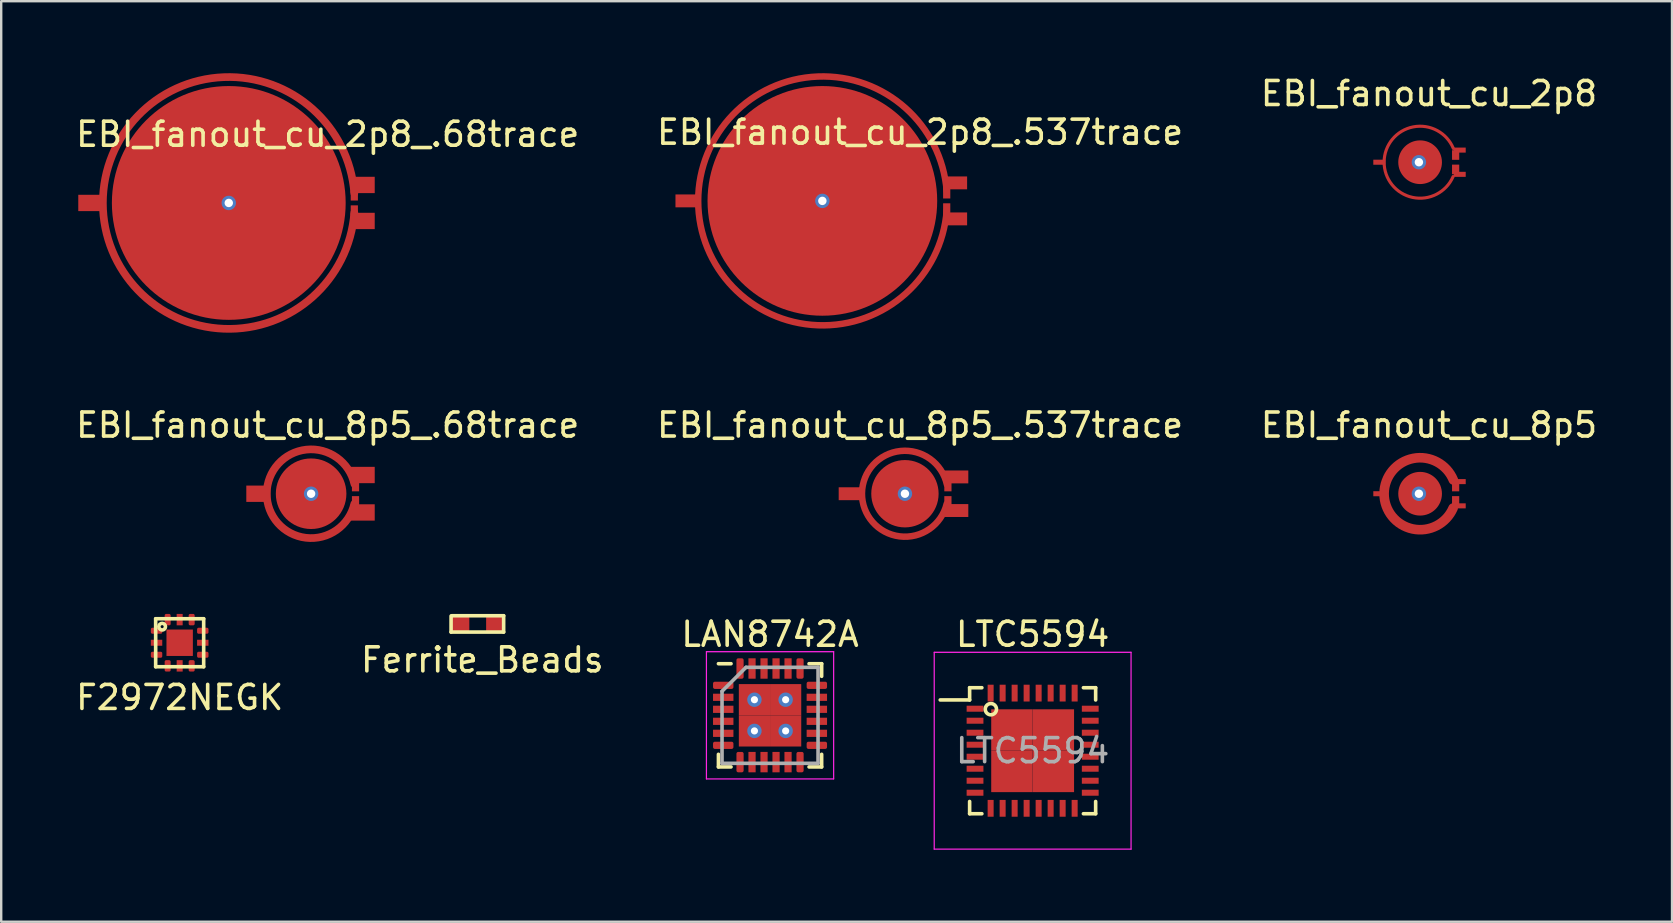
<source format=kicad_pcb>
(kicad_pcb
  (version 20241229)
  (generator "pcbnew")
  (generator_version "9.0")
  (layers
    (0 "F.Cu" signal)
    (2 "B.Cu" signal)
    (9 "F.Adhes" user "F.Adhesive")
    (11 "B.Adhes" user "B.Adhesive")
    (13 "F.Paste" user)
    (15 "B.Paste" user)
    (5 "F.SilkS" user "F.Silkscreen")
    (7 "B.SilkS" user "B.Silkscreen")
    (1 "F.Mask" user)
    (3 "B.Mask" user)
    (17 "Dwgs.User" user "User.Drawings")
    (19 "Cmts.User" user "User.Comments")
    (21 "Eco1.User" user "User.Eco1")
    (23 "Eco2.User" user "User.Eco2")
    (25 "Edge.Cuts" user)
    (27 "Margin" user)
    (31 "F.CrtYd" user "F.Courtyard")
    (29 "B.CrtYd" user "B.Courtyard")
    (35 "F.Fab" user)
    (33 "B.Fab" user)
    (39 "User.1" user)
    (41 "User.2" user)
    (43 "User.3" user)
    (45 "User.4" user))
  (footprint "EBI_fanout_cu_2p8_.68trace"
    (layer "F.Cu")
    (at 11.711 5.405)
    (property "Reference" "EBI_fanout_cu_2p8_.68trace" (at -1.11 -2.86 0) (layer "F.SilkS") (effects (font (size 1 1) (thickness 0.15))))
    (attr through_hole)
    (fp_arc (start 0 0.4) (mid -10.475274 0.00242) (end -0.000371 -0.404825) (stroke (width 0.32) (type solid)) (layer "F.Cu"))
    (pad "1" smd rect (at -11 0) (size 1 0.68) (layers "F.Cu"))
    (pad "2" smd rect (at 0 -0.3) (size 0.3 0.4) (layers "F.Cu" "F.Mask" "F.Paste"))
    (pad "2" smd rect (at 0.35 -0.75) (size 1 0.68) (layers "F.Cu"))
    (pad "3" thru_hole circle (at -5.23 0) (size 0.6 0.6) (drill 0.35) (layers "*.Cu" "*.Mask"))
    (pad "3" smd circle (at -5.23 0) (size 9.74 9.74) (layers "F.Cu"))
    (pad "4" smd rect (at 0 0.3) (size 0.3 0.4) (layers "F.Cu" "F.Mask" "F.Paste"))
    (pad "4" smd rect (at 0.35 0.75) (size 1 0.68) (layers "F.Cu")))
  (footprint "Ferrite_Beads"
    (layer "F.Cu")
    (at 16.852 22.942)
    (property "Reference" "Ferrite_Beads" (at 0.19 1.5 0) (layer "F.SilkS") (effects (font (size 1 1) (thickness 0.15))))
    (attr through_hole)
    (fp_line (start -1.11 -0.33) (end -1.11 0.34) (stroke (width 0.15) (type solid)) (layer "F.SilkS"))
    (fp_line (start -1.11 0.34) (end 1.08 0.34) (stroke (width 0.15) (type solid)) (layer "F.SilkS"))
    (fp_line (start 1.08 -0.34) (end -1.08 -0.34) (stroke (width 0.15) (type solid)) (layer "F.SilkS"))
    (fp_line (start 1.08 0.34) (end 1.08 -0.34) (stroke (width 0.15) (type solid)) (layer "F.SilkS"))
    (pad "" smd rect (at -0.725 0) (size 0.75 0.7) (layers "F.Cu" "F.Mask" "F.Paste"))
    (pad "" smd rect (at 0.725 0) (size 0.75 0.7) (layers "F.Cu" "F.Mask" "F.Paste")))
  (footprint "EBI_fanout_cu_8p5_.537trace"
    (layer "F.Cu")
    (at 36.44 17.519)
    (property "Reference" "EBI_fanout_cu_8p5_.537trace" (at -1.16 -2.86 0) (layer "F.SilkS") (effects (font (size 1 1) (thickness 0.15))))
    (attr through_hole)
    (fp_arc (start -0.05 0.42) (mid -3.579867 -0.019382) (end -0.041313 -0.382221) (stroke (width 0.27) (type solid)) (layer "F.Cu"))
    (pad "1" smd rect (at -4.05 0) (size 1 0.537) (layers "F.Cu"))
    (pad "2" smd rect (at 0 -0.3) (size 0.3 0.4) (layers "F.Cu" "F.Mask" "F.Paste"))
    (pad "2" smd rect (at 0.35 -0.7) (size 1 0.537) (layers "F.Cu"))
    (pad "3" thru_hole circle (at -1.79 0) (size 0.6 0.6) (drill 0.35) (layers "*.Cu" "*.Mask"))
    (pad "3" smd circle (at -1.79 0) (size 2.806 2.806) (layers "F.Cu"))
    (pad "4" smd rect (at 0 0.3) (size 0.3 0.4) (layers "F.Cu" "F.Mask" "F.Paste"))
    (pad "4" smd rect (at 0.35 0.7) (size 1 0.537) (layers "F.Cu")))
  (footprint "EBI_fanout_cu_8p5_.68trace"
    (layer "F.Cu")
    (at 11.761 17.519)
    (property "Reference" "EBI_fanout_cu_8p5_.68trace" (at -1.16 -2.86 0) (layer "F.SilkS") (effects (font (size 1 1) (thickness 0.15))))
    (attr through_hole)
    (fp_arc (start -0.05 0.42) (mid -3.698328 -0.009162) (end -0.045925 -0.402134) (stroke (width 0.32) (type solid)) (layer "F.Cu"))
    (pad "1" smd rect (at -4.05 0) (size 1 0.68) (layers "F.Cu"))
    (pad "2" smd rect (at 0 -0.3) (size 0.3 0.4) (layers "F.Cu" "F.Mask" "F.Paste"))
    (pad "2" smd rect (at 0.3 -0.78) (size 1 0.68) (layers "F.Cu"))
    (pad "3" thru_hole circle (at -1.85 0) (size 0.6 0.6) (drill 0.35) (layers "*.Cu" "*.Mask"))
    (pad "3" smd circle (at -1.85 0) (size 2.94 2.94) (layers "F.Cu"))
    (pad "4" smd rect (at 0 0.3) (size 0.3 0.4) (layers "F.Cu" "F.Mask" "F.Paste"))
    (pad "4" smd rect (at 0.3 0.78) (size 1 0.68) (layers "F.Cu")))
  (footprint "LTC5594"
    (layer "F.Cu")
    (at 39.97 28.225)
    (property "Reference" "LTC5594" (at 0 -4.85 0) (layer "F.SilkS") (effects (font (size 1 1) (thickness 0.15))))
    (attr smd)
    (fp_line (start -2.625 -2.625) (end -2.625 -2.115) (stroke (width 0.15) (type solid)) (layer "F.SilkS"))
    (fp_line (start -2.625 -2.625) (end -2.115 -2.625) (stroke (width 0.15) (type solid)) (layer "F.SilkS"))
    (fp_line (start -2.625 -2.115) (end -3.85 -2.115) (stroke (width 0.15) (type solid)) (layer "F.SilkS"))
    (fp_line (start -2.625 2.625) (end -2.625 2.115) (stroke (width 0.15) (type solid)) (layer "F.SilkS"))
    (fp_line (start -2.625 2.625) (end -2.115 2.625) (stroke (width 0.15) (type solid)) (layer "F.SilkS"))
    (fp_line (start 2.625 -2.625) (end 2.115 -2.625) (stroke (width 0.15) (type solid)) (layer "F.SilkS"))
    (fp_line (start 2.625 -2.625) (end 2.625 -2.115) (stroke (width 0.15) (type solid)) (layer "F.SilkS"))
    (fp_line (start 2.625 2.625) (end 2.115 2.625) (stroke (width 0.15) (type solid)) (layer "F.SilkS"))
    (fp_line (start 2.625 2.625) (end 2.625 2.115) (stroke (width 0.15) (type solid)) (layer "F.SilkS"))
    (fp_circle (center -1.74 -1.73) (end -1.59 -1.55) (stroke (width 0.15) (type solid)) (fill no) (layer "F.SilkS"))
    (fp_line (start -4.1 -4.1) (end -4.1 4.1) (stroke (width 0.05) (type solid)) (layer "F.CrtYd"))
    (fp_line (start -4.1 -4.1) (end 4.1 -4.1) (stroke (width 0.05) (type solid)) (layer "F.CrtYd"))
    (fp_line (start -4.1 4.1) (end 4.1 4.1) (stroke (width 0.05) (type solid)) (layer "F.CrtYd"))
    (fp_line (start 4.1 -4.1) (end 4.1 4.1) (stroke (width 0.05) (type solid)) (layer "F.CrtYd"))
    (fp_text user "${REFERENCE}" (at 0 0 0) (layer "F.Fab") (effects (font (size 1 1) (thickness 0.15))))
    (pad "1" smd rect (at -2.4 -1.75) (size 0.7 0.25) (layers "F.Cu" "F.Mask" "F.Paste"))
    (pad "2" smd rect (at -2.4 -1.25) (size 0.7 0.25) (layers "F.Cu" "F.Mask" "F.Paste"))
    (pad "3" smd rect (at -2.4 -0.75) (size 0.7 0.25) (layers "F.Cu" "F.Mask" "F.Paste"))
    (pad "4" smd rect (at -2.4 -0.25) (size 0.7 0.25) (layers "F.Cu" "F.Mask" "F.Paste"))
    (pad "5" smd rect (at -2.4 0.25) (size 0.7 0.25) (layers "F.Cu" "F.Mask" "F.Paste"))
    (pad "6" smd rect (at -2.4 0.75) (size 0.7 0.25) (layers "F.Cu" "F.Mask" "F.Paste"))
    (pad "7" smd rect (at -2.4 1.25) (size 0.7 0.25) (layers "F.Cu" "F.Mask" "F.Paste"))
    (pad "8" smd rect (at -2.4 1.75) (size 0.7 0.25) (layers "F.Cu" "F.Mask" "F.Paste"))
    (pad "9" smd rect (at -1.75 2.4 90) (size 0.7 0.25) (layers "F.Cu" "F.Mask" "F.Paste"))
    (pad "10" smd rect (at -1.25 2.4 90) (size 0.7 0.25) (layers "F.Cu" "F.Mask" "F.Paste"))
    (pad "11" smd rect (at -0.75 2.4 90) (size 0.7 0.25) (layers "F.Cu" "F.Mask" "F.Paste"))
    (pad "12" smd rect (at -0.25 2.4 90) (size 0.7 0.25) (layers "F.Cu" "F.Mask" "F.Paste"))
    (pad "13" smd rect (at 0.25 2.4 90) (size 0.7 0.25) (layers "F.Cu" "F.Mask" "F.Paste"))
    (pad "14" smd rect (at 0.75 2.4 90) (size 0.7 0.25) (layers "F.Cu" "F.Mask" "F.Paste"))
    (pad "15" smd rect (at 1.25 2.4 90) (size 0.7 0.25) (layers "F.Cu" "F.Mask" "F.Paste"))
    (pad "16" smd rect (at 1.75 2.4 90) (size 0.7 0.25) (layers "F.Cu" "F.Mask" "F.Paste"))
    (pad "17" smd rect (at 2.4 1.75) (size 0.7 0.25) (layers "F.Cu" "F.Mask" "F.Paste"))
    (pad "18" smd rect (at 2.4 1.25) (size 0.7 0.25) (layers "F.Cu" "F.Mask" "F.Paste"))
    (pad "19" smd rect (at 2.4 0.75) (size 0.7 0.25) (layers "F.Cu" "F.Mask" "F.Paste"))
    (pad "20" smd rect (at 2.4 0.25) (size 0.7 0.25) (layers "F.Cu" "F.Mask" "F.Paste"))
    (pad "21" smd rect (at 2.4 -0.25) (size 0.7 0.25) (layers "F.Cu" "F.Mask" "F.Paste"))
    (pad "22" smd rect (at 2.4 -0.75) (size 0.7 0.25) (layers "F.Cu" "F.Mask" "F.Paste"))
    (pad "23" smd rect (at 2.4 -1.25) (size 0.7 0.25) (layers "F.Cu" "F.Mask" "F.Paste"))
    (pad "24" smd rect (at 2.4 -1.75) (size 0.7 0.25) (layers "F.Cu" "F.Mask" "F.Paste"))
    (pad "25" smd rect (at 1.75 -2.4 90) (size 0.7 0.25) (layers "F.Cu" "F.Mask" "F.Paste"))
    (pad "26" smd rect (at 1.25 -2.4 90) (size 0.7 0.25) (layers "F.Cu" "F.Mask" "F.Paste"))
    (pad "27" smd rect (at 0.75 -2.4 90) (size 0.7 0.25) (layers "F.Cu" "F.Mask" "F.Paste"))
    (pad "28" smd rect (at 0.25 -2.4 90) (size 0.7 0.25) (layers "F.Cu" "F.Mask" "F.Paste"))
    (pad "29" smd rect (at -0.25 -2.4 90) (size 0.7 0.25) (layers "F.Cu" "F.Mask" "F.Paste"))
    (pad "30" smd rect (at -0.75 -2.4 90) (size 0.7 0.25) (layers "F.Cu" "F.Mask" "F.Paste"))
    (pad "31" smd rect (at -1.25 -2.4 90) (size 0.7 0.25) (layers "F.Cu" "F.Mask" "F.Paste"))
    (pad "32" smd rect (at -1.75 -2.4 90) (size 0.7 0.25) (layers "F.Cu" "F.Mask" "F.Paste"))
    (pad "33" smd rect (at -0.863 -0.863) (size 1.725 1.725) (layers "F.Cu" "F.Mask" "F.Paste"))
    (pad "33" smd rect (at -0.863 0.863) (size 1.725 1.725) (layers "F.Cu" "F.Mask" "F.Paste"))
    (pad "33" smd rect (at 0.863 -0.863) (size 1.725 1.725) (layers "F.Cu" "F.Mask" "F.Paste"))
    (pad "33" smd rect (at 0.863 0.863) (size 1.725 1.725) (layers "F.Cu" "F.Mask" "F.Paste")))
  (footprint "LAN8742A"
    (layer "F.Cu")
    (at 29.03 26.75)
    (property "Reference" "LAN8742A" (at 0 -3.375 0) (layer "F.SilkS") (effects (font (size 1 1) (thickness 0.15))))
    (attr smd)
    (fp_line (start -2.15 -2.15) (end -1.625 -2.15) (stroke (width 0.15) (type solid)) (layer "F.SilkS"))
    (fp_line (start -2.15 2.15) (end -2.15 1.625) (stroke (width 0.15) (type solid)) (layer "F.SilkS"))
    (fp_line (start -2.15 2.15) (end -1.625 2.15) (stroke (width 0.15) (type solid)) (layer "F.SilkS"))
    (fp_line (start 2.15 -2.15) (end 1.625 -2.15) (stroke (width 0.15) (type solid)) (layer "F.SilkS"))
    (fp_line (start 2.15 -2.15) (end 2.15 -1.625) (stroke (width 0.15) (type solid)) (layer "F.SilkS"))
    (fp_line (start 2.15 2.15) (end 1.625 2.15) (stroke (width 0.15) (type solid)) (layer "F.SilkS"))
    (fp_line (start 2.15 2.15) (end 2.15 1.625) (stroke (width 0.15) (type solid)) (layer "F.SilkS"))
    (fp_line (start -2.65 -2.65) (end -2.65 2.65) (stroke (width 0.05) (type solid)) (layer "F.CrtYd"))
    (fp_line (start -2.65 -2.65) (end 2.65 -2.65) (stroke (width 0.05) (type solid)) (layer "F.CrtYd"))
    (fp_line (start -2.65 2.65) (end 2.65 2.65) (stroke (width 0.05) (type solid)) (layer "F.CrtYd"))
    (fp_line (start 2.65 -2.65) (end 2.65 2.65) (stroke (width 0.05) (type solid)) (layer "F.CrtYd"))
    (fp_line (start -2 -1) (end -1 -2) (stroke (width 0.15) (type solid)) (layer "F.Fab"))
    (fp_line (start -2 2) (end -2 -1) (stroke (width 0.15) (type solid)) (layer "F.Fab"))
    (fp_line (start -1 -2) (end 2 -2) (stroke (width 0.15) (type solid)) (layer "F.Fab"))
    (fp_line (start 2 -2) (end 2 2) (stroke (width 0.15) (type solid)) (layer "F.Fab"))
    (fp_line (start 2 2) (end -2 2) (stroke (width 0.15) (type solid)) (layer "F.Fab"))
    (pad "1" smd roundrect (at -1.95 -1.25) (size 0.85 0.3) (layers "F.Cu" "F.Mask" "F.Paste") (roundrect_rratio 0.25))
    (pad "2" smd rect (at -1.95 -0.75) (size 0.85 0.3) (layers "F.Cu" "F.Mask" "F.Paste"))
    (pad "3" smd rect (at -1.95 -0.25) (size 0.85 0.3) (layers "F.Cu" "F.Mask" "F.Paste"))
    (pad "4" smd rect (at -1.95 0.25) (size 0.85 0.3) (layers "F.Cu" "F.Mask" "F.Paste"))
    (pad "5" smd rect (at -1.95 0.75) (size 0.85 0.3) (layers "F.Cu" "F.Mask" "F.Paste"))
    (pad "6" smd roundrect (at -1.95 1.25) (size 0.85 0.3) (layers "F.Cu" "F.Mask" "F.Paste") (roundrect_rratio 0.25))
    (pad "7" smd roundrect (at -1.25 1.95 90) (size 0.85 0.3) (layers "F.Cu" "F.Mask" "F.Paste") (roundrect_rratio 0.25))
    (pad "8" smd rect (at -0.75 1.95 90) (size 0.85 0.3) (layers "F.Cu" "F.Mask" "F.Paste"))
    (pad "9" smd rect (at -0.25 1.95 90) (size 0.85 0.3) (layers "F.Cu" "F.Mask" "F.Paste"))
    (pad "10" smd rect (at 0.25 1.95 90) (size 0.85 0.3) (layers "F.Cu" "F.Mask" "F.Paste"))
    (pad "11" smd rect (at 0.75 1.95 90) (size 0.85 0.3) (layers "F.Cu" "F.Mask" "F.Paste"))
    (pad "12" smd roundrect (at 1.25 1.95 90) (size 0.85 0.3) (layers "F.Cu" "F.Mask" "F.Paste") (roundrect_rratio 0.25))
    (pad "13" smd roundrect (at 1.95 1.25) (size 0.85 0.3) (layers "F.Cu" "F.Mask" "F.Paste") (roundrect_rratio 0.25))
    (pad "14" smd rect (at 1.95 0.75) (size 0.85 0.3) (layers "F.Cu" "F.Mask" "F.Paste"))
    (pad "15" smd rect (at 1.95 0.25) (size 0.85 0.3) (layers "F.Cu" "F.Mask" "F.Paste"))
    (pad "16" smd rect (at 1.95 -0.25) (size 0.85 0.3) (layers "F.Cu" "F.Mask" "F.Paste"))
    (pad "17" smd rect (at 1.95 -0.75) (size 0.85 0.3) (layers "F.Cu" "F.Mask" "F.Paste"))
    (pad "18" smd roundrect (at 1.95 -1.25) (size 0.85 0.3) (layers "F.Cu" "F.Mask" "F.Paste") (roundrect_rratio 0.25))
    (pad "19" smd roundrect (at 1.25 -1.95 90) (size 0.85 0.3) (layers "F.Cu" "F.Mask" "F.Paste") (roundrect_rratio 0.25))
    (pad "20" smd rect (at 0.75 -1.95 90) (size 0.85 0.3) (layers "F.Cu" "F.Mask" "F.Paste"))
    (pad "21" smd rect (at 0.25 -1.95 90) (size 0.85 0.3) (layers "F.Cu" "F.Mask" "F.Paste"))
    (pad "22" smd rect (at -0.25 -1.95 90) (size 0.85 0.3) (layers "F.Cu" "F.Mask" "F.Paste"))
    (pad "23" smd rect (at -0.75 -1.95 90) (size 0.85 0.3) (layers "F.Cu" "F.Mask" "F.Paste"))
    (pad "24" smd roundrect (at -1.25 -1.95 90) (size 0.85 0.3) (layers "F.Cu" "F.Mask" "F.Paste") (roundrect_rratio 0.25))
    (pad "25" thru_hole circle (at -0.65 -0.65) (size 0.6 0.6) (drill 0.3) (layers "*.Cu" "*.Mask"))
    (pad "25" smd rect (at -0.65 -0.65) (size 1.3 1.3) (layers "F.Cu" "F.Mask" "F.Paste"))
    (pad "25" thru_hole circle (at -0.65 0.65) (size 0.6 0.6) (drill 0.3) (layers "*.Cu" "*.Mask"))
    (pad "25" smd rect (at -0.65 0.65) (size 1.3 1.3) (layers "F.Cu" "F.Mask" "F.Paste"))
    (pad "25" thru_hole circle (at 0.65 -0.65) (size 0.6 0.6) (drill 0.3) (layers "*.Cu" "*.Mask"))
    (pad "25" smd rect (at 0.65 -0.65) (size 1.3 1.3) (layers "F.Cu" "F.Mask" "F.Paste"))
    (pad "25" thru_hole circle (at 0.65 0.65) (size 0.6 0.6) (drill 0.3) (layers "*.Cu" "*.Mask"))
    (pad "25" smd rect (at 0.65 0.65) (size 1.3 1.3) (layers "F.Cu" "F.Mask" "F.Paste")))
  (footprint "EBI_fanout_cu_2p8"
    (layer "F.Cu")
    (at 57.592 3.708)
    (property "Reference" "EBI_fanout_cu_2p8" (at -1.11 -2.86 0) (layer "F.SilkS") (effects (font (size 1 1) (thickness 0.15))))
    (attr through_hole)
    (fp_arc (start -0.104845 0.59782) (mid -2.979424 -0.01298) (end -0.094701 -0.573923) (stroke (width 0.13) (type solid)) (layer "F.Cu"))
    (pad "1" smd rect (at -3.18 0) (size 0.5 0.21) (layers "F.Cu"))
    (pad "2" smd rect (at 0 -0.3) (size 0.3 0.4) (layers "F.Cu" "F.Mask" "F.Paste"))
    (pad "2" smd rect (at 0.17 -0.505) (size 0.5 0.21) (layers "F.Cu"))
    (pad "3" thru_hole circle (at -1.53 0) (size 0.6 0.6) (drill 0.35) (layers "*.Cu" "*.Mask"))
    (pad "3" smd circle (at -1.48 0) (size 1.82 1.82) (layers "F.Cu"))
    (pad "4" smd rect (at 0 0.3) (size 0.3 0.4) (layers "F.Cu" "F.Mask" "F.Paste"))
    (pad "4" smd rect (at 0.17 0.505) (size 0.5 0.21) (layers "F.Cu")))
  (footprint "EBI_fanout_cu_8p5"
    (layer "F.Cu")
    (at 57.592 17.519)
    (property "Reference" "EBI_fanout_cu_8p5" (at -1.11 -2.86 0) (layer "F.SilkS") (effects (font (size 1 1) (thickness 0.15))))
    (attr through_hole)
    (fp_arc (start -0.104845 0.59782) (mid -2.979424 -0.01298) (end -0.094701 -0.573923) (stroke (width 0.4) (type solid)) (layer "F.Cu"))
    (pad "1" smd rect (at -3.18 0) (size 0.5 0.21) (layers "F.Cu"))
    (pad "2" smd rect (at 0 -0.3) (size 0.3 0.4) (layers "F.Cu" "F.Mask" "F.Paste"))
    (pad "2" smd rect (at 0.17 -0.505) (size 0.5 0.21) (layers "F.Cu"))
    (pad "3" thru_hole circle (at -1.53 0) (size 0.6 0.6) (drill 0.35) (layers "*.Cu" "*.Mask"))
    (pad "3" smd circle (at -1.48 0) (size 1.82 1.82) (layers "F.Cu"))
    (pad "4" smd rect (at 0 0.3) (size 0.3 0.4) (layers "F.Cu" "F.Mask" "F.Paste"))
    (pad "4" smd rect (at 0.17 0.505) (size 0.5 0.21) (layers "F.Cu")))
  (footprint "F2972NEGK"
    (layer "F.Cu")
    (at 4.435 23.727)
    (property "Reference" "F2972NEGK" (at 0 2.28 0) (layer "F.SilkS") (effects (font (size 1 1) (thickness 0.15))))
    (attr through_hole)
    (fp_line (start -1 -1) (end -1 1) (stroke (width 0.15) (type solid)) (layer "F.SilkS"))
    (fp_line (start -1 1) (end 1 1) (stroke (width 0.15) (type solid)) (layer "F.SilkS"))
    (fp_line (start 1 -1) (end -1 -1) (stroke (width 0.15) (type solid)) (layer "F.SilkS"))
    (fp_line (start 1 1) (end 1 -1) (stroke (width 0.15) (type solid)) (layer "F.SilkS"))
    (fp_circle (center -0.73 -0.67) (end -0.61 -0.6) (stroke (width 0.15) (type solid)) (fill no) (layer "F.SilkS"))
    (pad "1" smd roundrect (at -0.963 -0.5) (size 0.475 0.25) (layers "F.Cu" "F.Mask" "F.Paste") (roundrect_rratio 0.25))
    (pad "2" smd rect (at -0.963 0) (size 0.475 0.25) (layers "F.Cu" "F.Mask" "F.Paste"))
    (pad "3" smd roundrect (at -0.963 0.5) (size 0.475 0.25) (layers "F.Cu" "F.Mask" "F.Paste") (roundrect_rratio 0.25))
    (pad "4" smd roundrect (at -0.5 0.963 90) (size 0.475 0.25) (layers "F.Cu" "F.Mask" "F.Paste") (roundrect_rratio 0.25))
    (pad "5" smd rect (at 0 0.963 90) (size 0.475 0.25) (layers "F.Cu" "F.Mask" "F.Paste"))
    (pad "6" smd roundrect (at 0.5 0.963 90) (size 0.475 0.25) (layers "F.Cu" "F.Mask" "F.Paste") (roundrect_rratio 0.25))
    (pad "7" smd roundrect (at 0.963 0.5 180) (size 0.475 0.25) (layers "F.Cu" "F.Mask" "F.Paste") (roundrect_rratio 0.25))
    (pad "8" smd rect (at 0.963 0) (size 0.475 0.25) (layers "F.Cu" "F.Mask" "F.Paste"))
    (pad "9" smd roundrect (at 0.963 -0.5) (size 0.475 0.25) (layers "F.Cu" "F.Mask" "F.Paste") (roundrect_rratio 0.25))
    (pad "10" smd roundrect (at 0.5 -0.963 90) (size 0.475 0.25) (layers "F.Cu" "F.Mask" "F.Paste") (roundrect_rratio 0.25))
    (pad "11" smd rect (at 0 -0.963 90) (size 0.475 0.25) (layers "F.Cu" "F.Mask" "F.Paste"))
    (pad "12" smd roundrect (at -0.5 -0.962 90) (size 0.475 0.25) (layers "F.Cu" "F.Mask" "F.Paste") (roundrect_rratio 0.25))
    (pad "12" smd rect (at 0 0 90) (size 1.1 1.1) (layers "F.Cu" "F.Mask" "F.Paste")))
  (footprint "EBI_fanout_cu_2p8_.537trace"
    (layer "F.Cu")
    (at 36.39 5.319)
    (property "Reference" "EBI_fanout_cu_2p8_.537trace" (at -1.11 -2.86 0) (layer "F.SilkS") (effects (font (size 1 1) (thickness 0.15))))
    (attr through_hole)
    (fp_arc (start 0 0.4) (mid -10.353453 0.002264) (end -0.000351 -0.404514) (stroke (width 0.27) (type solid)) (layer "F.Cu"))
    (pad "1" smd rect (at -10.8 0) (size 1 0.537) (layers "F.Cu"))
    (pad "2" smd rect (at 0 -0.3) (size 0.3 0.4) (layers "F.Cu" "F.Mask" "F.Paste"))
    (pad "2" smd rect (at 0.35 -0.75) (size 1 0.537) (layers "F.Cu"))
    (pad "3" thru_hole circle (at -5.18 0) (size 0.6 0.6) (drill 0.35) (layers "*.Cu" "*.Mask"))
    (pad "3" smd circle (at -5.18 0) (size 9.568 9.568) (layers "F.Cu"))
    (pad "4" smd rect (at 0 0.3) (size 0.3 0.4) (layers "F.Cu" "F.Mask" "F.Paste"))
    (pad "4" smd rect (at 0.35 0.75) (size 1 0.537) (layers "F.Cu")))
  (gr_rect
    (start -3 -3)
    (end 66.607 35.35)
    (stroke (width 0.1) (type default))
    (fill no)
    (layer "Edge.Cuts")))
</source>
